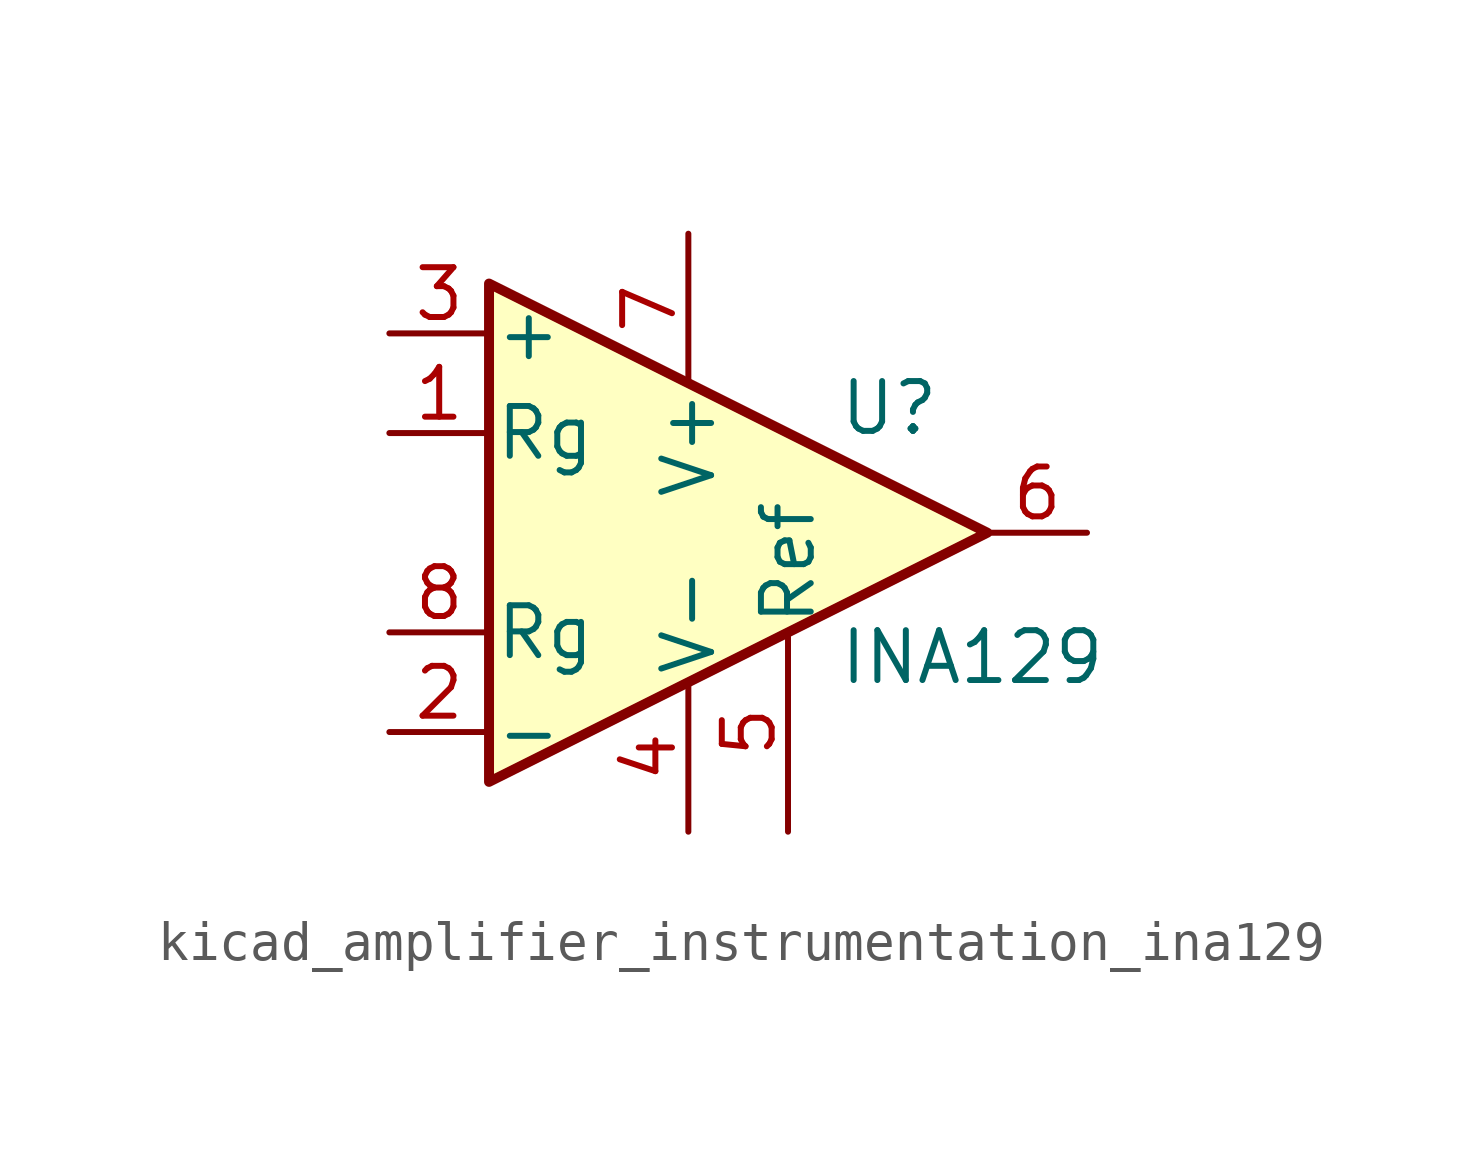
<source format=kicad_sym>
(kicad_symbol_lib
  (version 20220914)
  (generator kicad_symbol_editor)
  (symbol "kicad_amplifier_instrumentation_ina129"
    (pin_names
      (offset 0.127))
    (property "Reference" "U"
      (at 3.81 3.175 0)
      (effects (font (size 1.27 1.27)) (justify left)))
    (property "Value" "INA129"
      (at 3.81 -3.175 0)
      (effects (font (size 1.27 1.27)) (justify left)))
    (symbol "kicad_amplifier_instrumentation_ina129_0_1"
      (polyline (pts (xy 7.62 0) (xy -5.08 6.35) (xy -5.08 -6.35) (xy 7.62 0)) (stroke (width 0.254) (type default)) (fill (type background))))
    (symbol "kicad_amplifier_instrumentation_ina129_1_1"
      (pin passive line (at -7.62 2.54 0) (length 2.54) (name "Rg" (effects (font (size 1.27 1.27)))) (number "1" (effects (font (size 1.27 1.27)))))
      (pin input line (at -7.62 -5.08 0) (length 2.54) (name "-" (effects (font (size 1.27 1.27)))) (number "2" (effects (font (size 1.27 1.27)))))
      (pin input line (at -7.62 5.08 0) (length 2.54) (name "+" (effects (font (size 1.27 1.27)))) (number "3" (effects (font (size 1.27 1.27)))))
      (pin power_in line (at 0 -7.62 90) (length 3.81) (name "V-" (effects (font (size 1.27 1.27)))) (number "4" (effects (font (size 1.27 1.27)))))
      (pin input line (at 2.54 -7.62 90) (length 5.08) (name "Ref" (effects (font (size 1.27 1.27)))) (number "5" (effects (font (size 1.27 1.27)))))
      (pin output line (at 10.16 0 180) (length 2.54) (name "~" (effects (font (size 1.27 1.27)))) (number "6" (effects (font (size 1.27 1.27)))))
      (pin power_in line (at 0 7.62 270) (length 3.81) (name "V+" (effects (font (size 1.27 1.27)))) (number "7" (effects (font (size 1.27 1.27)))))
      (pin passive line (at -7.62 -2.54 0) (length 2.54) (name "Rg" (effects (font (size 1.27 1.27)))) (number "8" (effects (font (size 1.27 1.27))))))))
</source>
